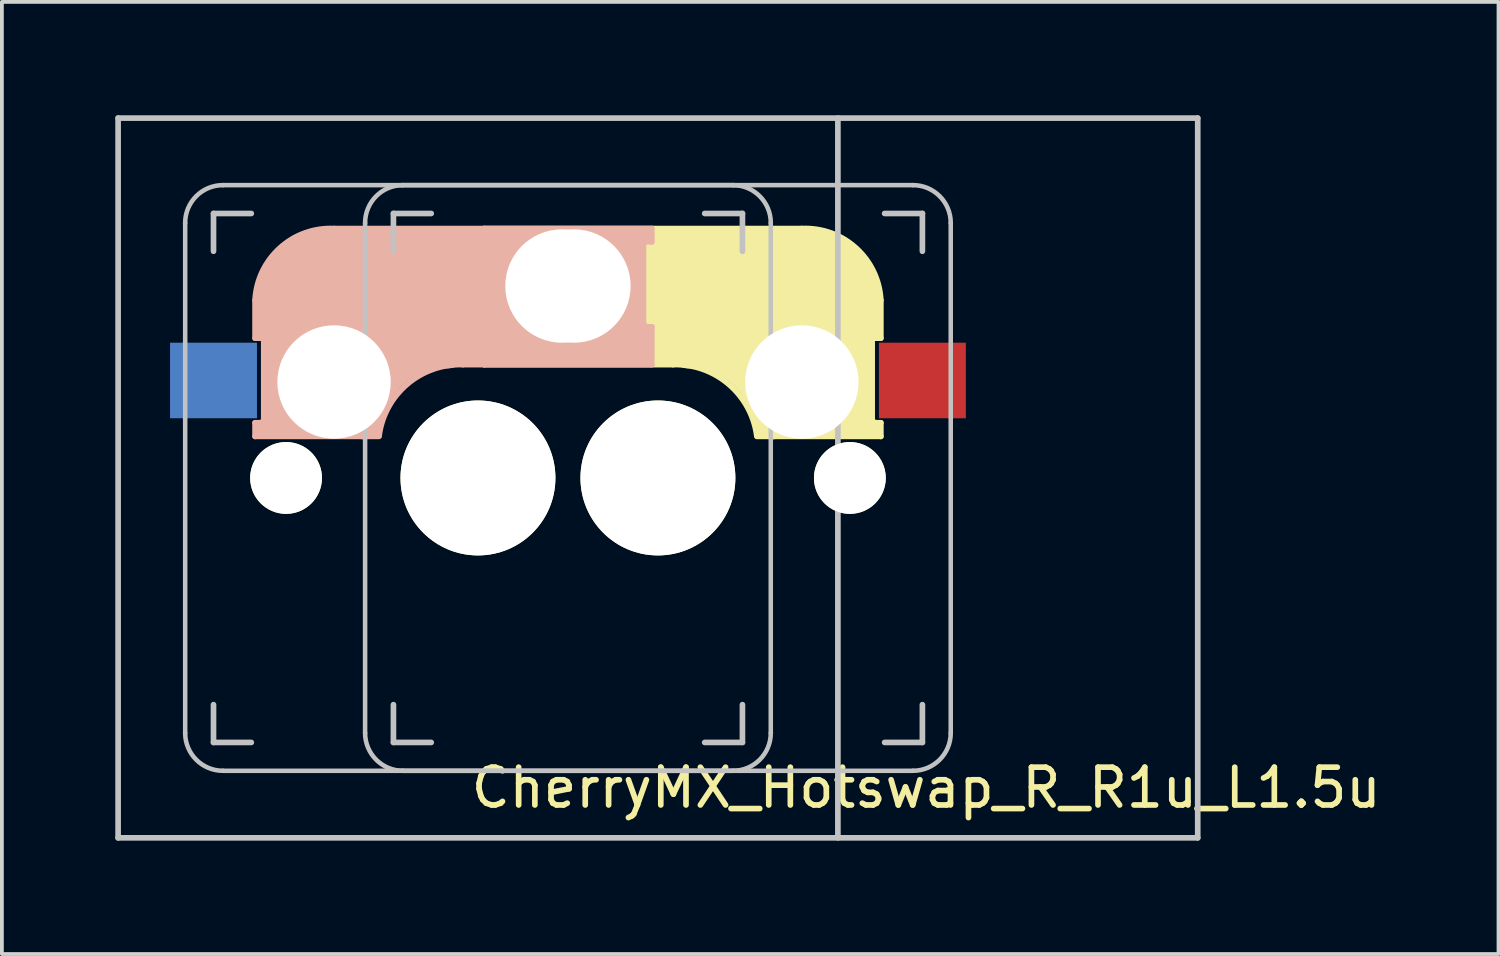
<source format=kicad_pcb>
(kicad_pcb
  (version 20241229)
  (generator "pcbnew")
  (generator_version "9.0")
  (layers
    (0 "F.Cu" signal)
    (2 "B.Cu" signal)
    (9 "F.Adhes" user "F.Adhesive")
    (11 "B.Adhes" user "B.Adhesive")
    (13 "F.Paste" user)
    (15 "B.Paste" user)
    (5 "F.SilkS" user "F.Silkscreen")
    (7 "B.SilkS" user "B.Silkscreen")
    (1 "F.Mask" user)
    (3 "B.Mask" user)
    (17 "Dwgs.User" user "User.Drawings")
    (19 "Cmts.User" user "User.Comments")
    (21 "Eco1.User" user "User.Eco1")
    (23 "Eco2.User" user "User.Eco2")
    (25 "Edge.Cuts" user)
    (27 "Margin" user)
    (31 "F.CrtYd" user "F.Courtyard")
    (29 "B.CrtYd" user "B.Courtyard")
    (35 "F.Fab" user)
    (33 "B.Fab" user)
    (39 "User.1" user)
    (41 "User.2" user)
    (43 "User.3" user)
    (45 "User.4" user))
  (footprint "CherryMX_Hotswap_R_R1u_L1.5u"
    (layer "F.Cu")
    (at 14.363 9.6)
    (property "Reference" "CherryMX_Hotswap_R_R1u_L1.5u" (at 7.1 8.2 0) (layer "F.SilkS") (effects (font (size 1 1) (thickness 0.15))))
    (attr through_hole)
    (fp_line (start -4.6 -6.6) (end 3.8 -6.6) (stroke (width 0.15) (type solid)) (layer "F.SilkS"))
    (fp_line (start -4.6 -6.25) (end -4.6 -6.6) (stroke (width 0.15) (type solid)) (layer "F.SilkS"))
    (fp_line (start -4.6 -4) (end -4.4 -4) (stroke (width 0.15) (type solid)) (layer "F.SilkS"))
    (fp_line (start -4.6 -3) (end -4.6 -4) (stroke (width 0.15) (type solid)) (layer "F.SilkS"))
    (fp_line (start -4.4 -6.4) (end -3 -6.4) (stroke (width 0.4) (type solid)) (layer "F.SilkS"))
    (fp_line (start -4.4 -6.25) (end -4.6 -6.25) (stroke (width 0.15) (type solid)) (layer "F.SilkS"))
    (fp_line (start -4.4 -3.9) (end -4.4 -3.2) (stroke (width 0.4) (type solid)) (layer "F.SilkS"))
    (fp_line (start -4.38 -4) (end -4.38 -6.25) (stroke (width 0.15) (type solid)) (layer "F.SilkS"))
    (fp_line (start -4.3 -3.3) (end -2.9 -3.3) (stroke (width 0.5) (type solid)) (layer "F.SilkS"))
    (fp_line (start -3.9 -6) (end -3.9 -3.5) (stroke (width 1) (type solid)) (layer "F.SilkS"))
    (fp_line (start -2.6 -4.8) (end 4.1 -4.8) (stroke (width 3.5) (type solid)) (layer "F.SilkS"))
    (fp_line (start 0.4 -3) (end -4.6 -3) (stroke (width 0.15) (type solid)) (layer "F.SilkS"))
    (fp_line (start 4.17 -5.1) (end 4.17 -2.86) (stroke (width 3) (type solid)) (layer "F.SilkS"))
    (fp_line (start 5.3 -1.6) (end 5.3 -3.4) (stroke (width 0.8) (type solid)) (layer "F.SilkS"))
    (fp_line (start 5.67 -3.7) (end 5.67 -1.46) (stroke (width 0.15) (type solid)) (layer "F.SilkS"))
    (fp_line (start 5.7 -1.46) (end 5.9 -1.46) (stroke (width 0.15) (type solid)) (layer "F.SilkS"))
    (fp_line (start 5.7 -1.3) (end 3 -1.3) (stroke (width 0.5) (type solid)) (layer "F.SilkS"))
    (fp_line (start 5.8 -3.8) (end 5.8 -4.7) (stroke (width 0.3) (type solid)) (layer "F.SilkS"))
    (fp_line (start 5.9 -4.7) (end 5.9 -3.7) (stroke (width 0.15) (type solid)) (layer "F.SilkS"))
    (fp_line (start 5.9 -3.7) (end 5.7 -3.7) (stroke (width 0.15) (type solid)) (layer "F.SilkS"))
    (fp_line (start 5.9 -1.1) (end 2.62 -1.1) (stroke (width 0.15) (type solid)) (layer "F.SilkS"))
    (fp_line (start 5.9 -1.1) (end 5.9 -1.46) (stroke (width 0.15) (type solid)) (layer "F.SilkS"))
    (fp_arc (start 0.4 -3) (mid 1.868709 -2.486118) (end 2.616318 -1.121471) (stroke (width 0.15) (type solid)) (layer "F.SilkS"))
    (fp_arc (start 0.8 -3.4) (mid 2.268709 -2.886118) (end 3.016318 -1.521471) (stroke (width 1) (type solid)) (layer "F.SilkS"))
    (fp_arc (start 3.8 -6.600001) (mid 5.243504 -6.084925) (end 5.900001 -4.7) (stroke (width 0.15) (type solid)) (layer "F.SilkS"))
    (fp_line (start -10.662 -4.7) (end -10.662 -3.7) (stroke (width 0.15) (type solid)) (layer "B.SilkS"))
    (fp_line (start -10.662 -3.7) (end -10.463 -3.7) (stroke (width 0.15) (type solid)) (layer "B.SilkS"))
    (fp_line (start -10.662 -1.1) (end -10.662 -1.46) (stroke (width 0.15) (type solid)) (layer "B.SilkS"))
    (fp_line (start -10.662 -1.1) (end -7.383 -1.1) (stroke (width 0.15) (type solid)) (layer "B.SilkS"))
    (fp_line (start -10.562 -3.8) (end -10.562 -4.7) (stroke (width 0.3) (type solid)) (layer "B.SilkS"))
    (fp_line (start -10.463 -1.46) (end -10.662 -1.46) (stroke (width 0.15) (type solid)) (layer "B.SilkS"))
    (fp_line (start -10.463 -1.3) (end -7.763 -1.3) (stroke (width 0.5) (type solid)) (layer "B.SilkS"))
    (fp_line (start -10.432 -3.7) (end -10.432 -1.46) (stroke (width 0.15) (type solid)) (layer "B.SilkS"))
    (fp_line (start -10.062 -1.6) (end -10.062 -3.4) (stroke (width 0.8) (type solid)) (layer "B.SilkS"))
    (fp_line (start -8.932 -5.1) (end -8.932 -2.86) (stroke (width 3) (type solid)) (layer "B.SilkS"))
    (fp_line (start -5.162 -3) (end -0.163 -3) (stroke (width 0.15) (type solid)) (layer "B.SilkS"))
    (fp_line (start -2.163 -4.8) (end -8.863 -4.8) (stroke (width 3.5) (type solid)) (layer "B.SilkS"))
    (fp_line (start -0.863 -6) (end -0.863 -3.5) (stroke (width 1) (type solid)) (layer "B.SilkS"))
    (fp_line (start -0.463 -3.3) (end -1.863 -3.3) (stroke (width 0.5) (type solid)) (layer "B.SilkS"))
    (fp_line (start -0.383 -4) (end -0.383 -6.25) (stroke (width 0.15) (type solid)) (layer "B.SilkS"))
    (fp_line (start -0.362 -6.4) (end -1.762 -6.4) (stroke (width 0.4) (type solid)) (layer "B.SilkS"))
    (fp_line (start -0.362 -6.25) (end -0.163 -6.25) (stroke (width 0.15) (type solid)) (layer "B.SilkS"))
    (fp_line (start -0.362 -3.9) (end -0.362 -3.2) (stroke (width 0.4) (type solid)) (layer "B.SilkS"))
    (fp_line (start -0.163 -6.6) (end -8.563 -6.6) (stroke (width 0.15) (type solid)) (layer "B.SilkS"))
    (fp_line (start -0.163 -6.25) (end -0.163 -6.6) (stroke (width 0.15) (type solid)) (layer "B.SilkS"))
    (fp_line (start -0.163 -4) (end -0.362 -4) (stroke (width 0.15) (type solid)) (layer "B.SilkS"))
    (fp_line (start -0.163 -3) (end -0.163 -4) (stroke (width 0.15) (type solid)) (layer "B.SilkS"))
    (fp_arc (start -10.6625 -4.699999) (mid -10.006004 -6.084924) (end -8.562501 -6.6) (stroke (width 0.15) (type solid)) (layer "B.SilkS"))
    (fp_arc (start -7.778818 -1.521471) (mid -7.031209 -2.886118) (end -5.5625 -3.4) (stroke (width 1) (type solid)) (layer "B.SilkS"))
    (fp_arc (start -7.378818 -1.121471) (mid -6.631209 -2.486118) (end -5.1625 -3) (stroke (width 0.15) (type solid)) (layer "B.SilkS"))
    (fp_line (start -14.287 -9.525) (end 14.287 -9.525) (stroke (width 0.15) (type solid)) (layer "Dwgs.User"))
    (fp_line (start -14.287 9.525) (end -14.287 -9.525) (stroke (width 0.15) (type solid)) (layer "Dwgs.User"))
    (fp_line (start -12.512 6.75) (end -12.512 -6.75) (stroke (width 0.12) (type solid)) (layer "Dwgs.User"))
    (fp_line (start -11.762 -7) (end -10.762 -7) (stroke (width 0.15) (type solid)) (layer "Dwgs.User"))
    (fp_line (start -11.762 -6) (end -11.762 -7) (stroke (width 0.15) (type solid)) (layer "Dwgs.User"))
    (fp_line (start -11.762 6) (end -11.762 7) (stroke (width 0.15) (type solid)) (layer "Dwgs.User"))
    (fp_line (start -11.762 7) (end -10.762 7) (stroke (width 0.15) (type solid)) (layer "Dwgs.User"))
    (fp_line (start -11.512 -7.75) (end 1.988 -7.75) (stroke (width 0.12) (type solid)) (layer "Dwgs.User"))
    (fp_line (start -11.512 7.75) (end 1.988 7.75) (stroke (width 0.12) (type solid)) (layer "Dwgs.User"))
    (fp_line (start -7.75 6.75) (end -7.75 -6.75) (stroke (width 0.12) (type solid)) (layer "Dwgs.User"))
    (fp_line (start -7 -7) (end -6 -7) (stroke (width 0.15) (type solid)) (layer "Dwgs.User"))
    (fp_line (start -7 -6) (end -7 -7) (stroke (width 0.15) (type solid)) (layer "Dwgs.User"))
    (fp_line (start -7 6) (end -7 7) (stroke (width 0.15) (type solid)) (layer "Dwgs.User"))
    (fp_line (start -7 7) (end -6 7) (stroke (width 0.15) (type solid)) (layer "Dwgs.User"))
    (fp_line (start -6.75 -7.75) (end 6.75 -7.75) (stroke (width 0.12) (type solid)) (layer "Dwgs.User"))
    (fp_line (start -6.75 7.75) (end 6.75 7.75) (stroke (width 0.12) (type solid)) (layer "Dwgs.User"))
    (fp_line (start 1.238 7) (end 2.237 7) (stroke (width 0.15) (type solid)) (layer "Dwgs.User"))
    (fp_line (start 2.237 -7) (end 1.238 -7) (stroke (width 0.15) (type solid)) (layer "Dwgs.User"))
    (fp_line (start 2.237 -7) (end 2.237 -6) (stroke (width 0.15) (type solid)) (layer "Dwgs.User"))
    (fp_line (start 2.237 7) (end 2.237 6) (stroke (width 0.15) (type solid)) (layer "Dwgs.User"))
    (fp_line (start 2.987 6.75) (end 2.987 -6.75) (stroke (width 0.12) (type solid)) (layer "Dwgs.User"))
    (fp_line (start 4.763 -9.525) (end 4.763 9.525) (stroke (width 0.15) (type solid)) (layer "Dwgs.User"))
    (fp_line (start 6 7) (end 7 7) (stroke (width 0.15) (type solid)) (layer "Dwgs.User"))
    (fp_line (start 7 -7) (end 6 -7) (stroke (width 0.15) (type solid)) (layer "Dwgs.User"))
    (fp_line (start 7 -7) (end 7 -6) (stroke (width 0.15) (type solid)) (layer "Dwgs.User"))
    (fp_line (start 7 7) (end 7 6) (stroke (width 0.15) (type solid)) (layer "Dwgs.User"))
    (fp_line (start 7.75 6.75) (end 7.75 -6.75) (stroke (width 0.12) (type solid)) (layer "Dwgs.User"))
    (fp_line (start 14.287 -9.525) (end 14.287 9.525) (stroke (width 0.15) (type solid)) (layer "Dwgs.User"))
    (fp_line (start 14.287 9.525) (end -14.287 9.525) (stroke (width 0.15) (type solid)) (layer "Dwgs.User"))
    (fp_arc (start -12.5125 -6.75) (mid -12.219607 -7.457107) (end -11.5125 -7.75) (stroke (width 0.12) (type solid)) (layer "Dwgs.User"))
    (fp_arc (start -11.5125 7.75) (mid -12.219607 7.457107) (end -12.5125 6.75) (stroke (width 0.12) (type solid)) (layer "Dwgs.User"))
    (fp_arc (start -7.75 -6.75) (mid -7.457107 -7.457107) (end -6.75 -7.75) (stroke (width 0.12) (type solid)) (layer "Dwgs.User"))
    (fp_arc (start -6.75 7.75) (mid -7.457107 7.457107) (end -7.75 6.75) (stroke (width 0.12) (type solid)) (layer "Dwgs.User"))
    (fp_arc (start 1.9875 -7.75) (mid 2.694607 -7.457107) (end 2.9875 -6.75) (stroke (width 0.12) (type solid)) (layer "Dwgs.User"))
    (fp_arc (start 2.9875 6.75) (mid 2.694607 7.457107) (end 1.9875 7.75) (stroke (width 0.12) (type solid)) (layer "Dwgs.User"))
    (fp_arc (start 6.75 -7.75) (mid 7.457107 -7.457107) (end 7.75 -6.75) (stroke (width 0.12) (type solid)) (layer "Dwgs.User"))
    (fp_arc (start 7.75 6.75) (mid 7.457107 7.457107) (end 6.75 7.75) (stroke (width 0.12) (type solid)) (layer "Dwgs.User"))
    (fp_line (start -14.287 -9.525) (end 4.763 9.525) (stroke (width 0.001) (type solid)) (layer "Cmts.User"))
    (fp_line (start -14.287 -9.525) (end 4.763 9.525) (stroke (width 0.001) (type solid)) (layer "Cmts.User"))
    (fp_line (start -14.287 9.525) (end 4.763 -9.525) (stroke (width 0.001) (type solid)) (layer "Cmts.User"))
    (fp_line (start 4.763 -9.525) (end -14.287 9.525) (stroke (width 0.001) (type solid)) (layer "Cmts.User"))
    (pad "" np_thru_hole circle (at -9.842 0) (size 1.9 1.9) (drill 1.9) (layers "*.Cu" "*.Mask" "F.SilkS"))
    (pad "" np_thru_hole circle (at -8.572 -2.54 180) (size 3 3) (drill 3) (layers "*.Cu" "*.Mask"))
    (pad "" np_thru_hole circle (at -4.763 0 90) (size 4.1 4.1) (drill 4.1) (layers "*.Cu" "*.Mask" "F.SilkS"))
    (pad "" np_thru_hole circle (at -2.54 -5.08 180) (size 3 3) (drill 3) (layers "*.Cu" "*.Mask"))
    (pad "" np_thru_hole circle (at -2.223 -5.08 180) (size 3 3) (drill 3) (layers "*.Cu" "*.Mask"))
    (pad "" np_thru_hole circle (at 0 0 90) (size 4.1 4.1) (drill 4.1) (layers "*.Cu" "*.Mask" "F.SilkS"))
    (pad "" np_thru_hole circle (at 3.81 -2.54 180) (size 3 3) (drill 3) (layers "*.Cu" "*.Mask"))
    (pad "" np_thru_hole circle (at 5.08 0) (size 1.9 1.9) (drill 1.9) (layers "*.Cu" "*.Mask" "F.SilkS"))
    (pad "1" smd rect (at -11.762 -2.58 180) (size 2.3 2) (layers "B.Cu" "B.Mask" "B.Paste"))
    (pad "1" smd rect (at 7 -2.58 180) (size 2.3 2) (layers "F.Cu" "F.Mask" "F.Paste"))
    (pad "2" smd rect (at -5.7 -5.12 180) (size 2.3 2) (layers "F.Cu" "F.Mask" "F.Paste"))
    (pad "2" smd rect (at 0.938 -5.12 180) (size 2.3 2) (layers "B.Cu" "B.Mask" "B.Paste")))
  (gr_rect
    (start -3 -3)
    (end 36.611 22.2)
    (stroke (width 0.1) (type default))
    (fill no)
    (layer "Edge.Cuts")))
</source>
